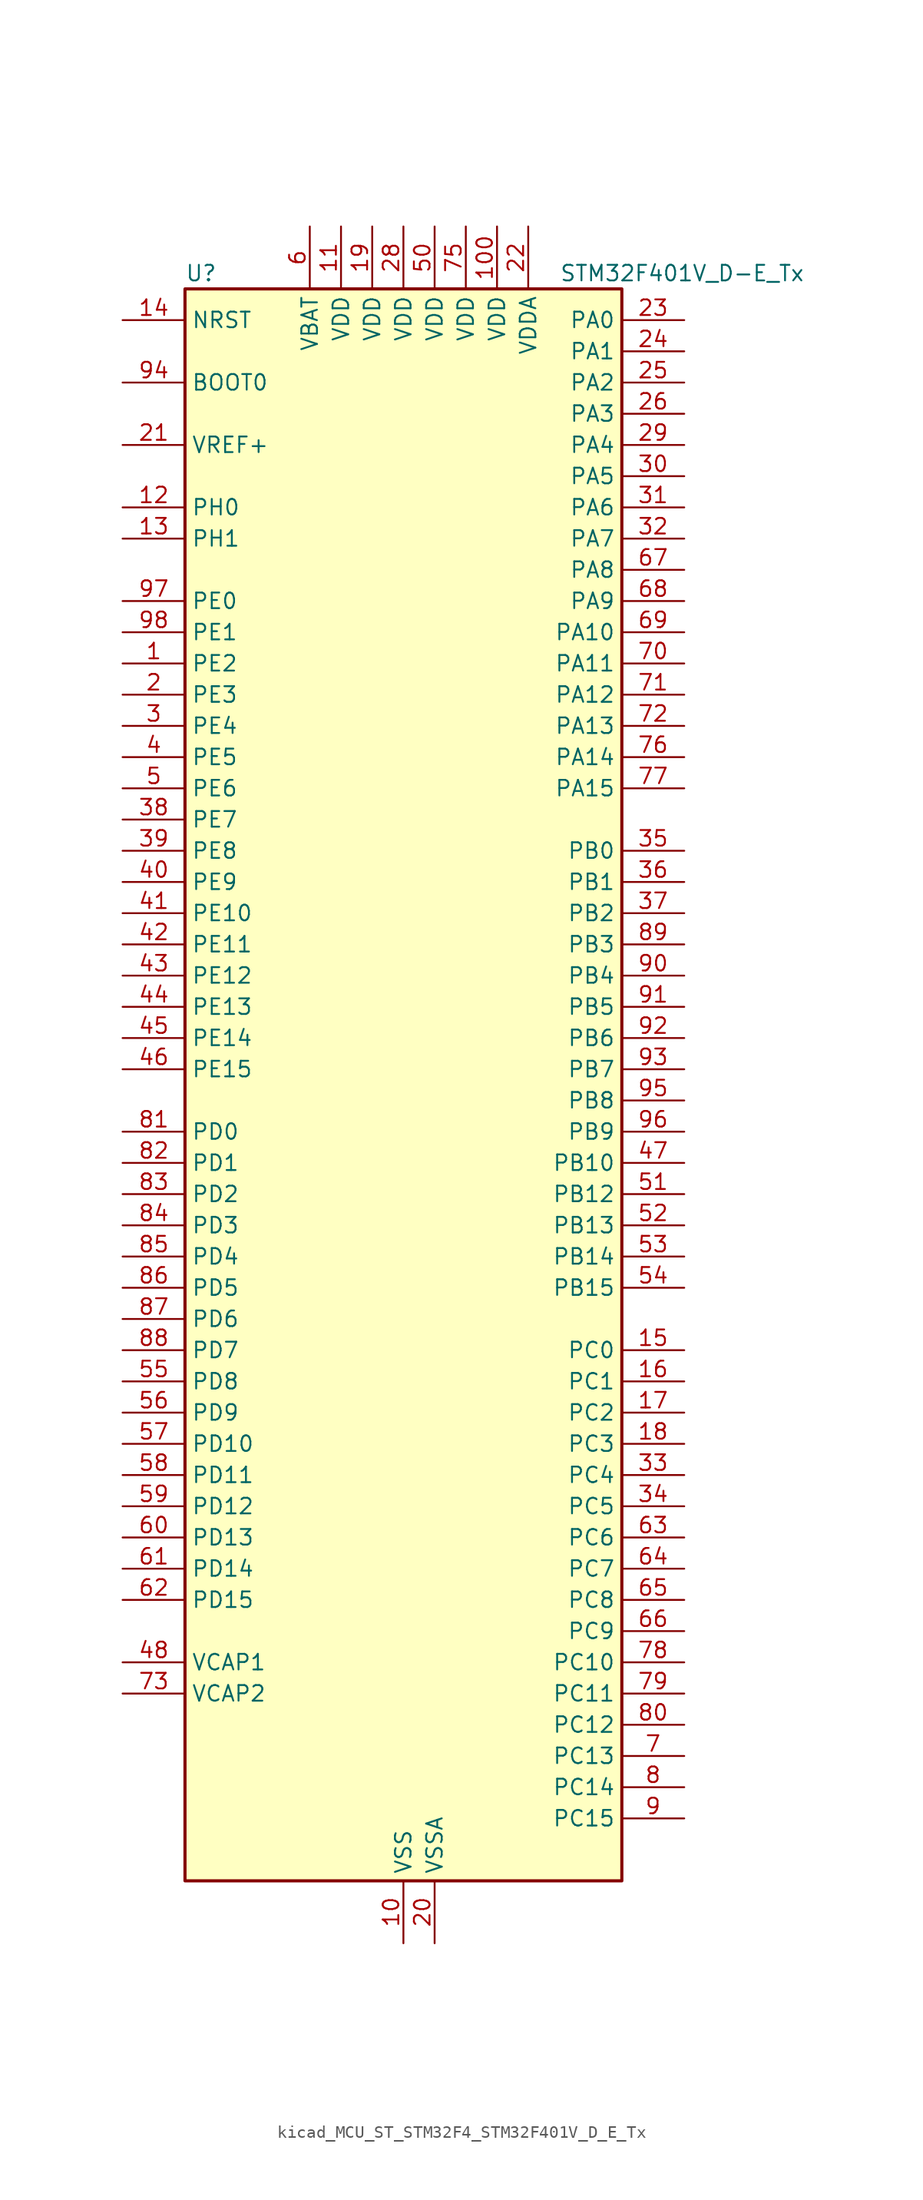
<source format=kicad_sym>
(kicad_symbol_lib
  (version 20220914)
  (generator kicad_symbol_editor)
  (symbol "kicad_MCU_ST_STM32F4_STM32F401V_D_E_Tx"
    (property "Reference" "U"
      (at -17.78 67.31 0)
      (effects (font (size 1.27 1.27)) (justify left)))
    (property "Value" "STM32F401V_D-E_Tx"
      (at 12.7 67.31 0)
      (effects (font (size 1.27 1.27)) (justify left)))
    (property "ki_locked" ""
      (at 0 0 0)
      (effects (font (size 1.27 1.27))))
    (symbol "kicad_MCU_ST_STM32F4_STM32F401V_D_E_Tx_0_1"
      (rectangle (start -17.78 -63.5) (end 17.78 66.04) (stroke (width 0.254) (type default)) (fill (type background))))
    (symbol "kicad_MCU_ST_STM32F4_STM32F401V_D_E_Tx_1_1"
      (pin bidirectional line (at -22.86 35.56 0) (length 5.08) (name "PE2" (effects (font (size 1.27 1.27)))) (number "1" (effects (font (size 1.27 1.27)))) (alternate "SPI4_SCK" bidirectional line) (alternate "SYS_TRACECLK" bidirectional line))
      (pin power_in line (at 0 -68.58 90) (length 5.08) (name "VSS" (effects (font (size 1.27 1.27)))) (number "10" (effects (font (size 1.27 1.27)))))
      (pin power_in line (at 7.62 71.12 270) (length 5.08) (name "VDD" (effects (font (size 1.27 1.27)))) (number "100" (effects (font (size 1.27 1.27)))))
      (pin power_in line (at -5.08 71.12 270) (length 5.08) (name "VDD" (effects (font (size 1.27 1.27)))) (number "11" (effects (font (size 1.27 1.27)))))
      (pin bidirectional line (at -22.86 48.26 0) (length 5.08) (name "PH0" (effects (font (size 1.27 1.27)))) (number "12" (effects (font (size 1.27 1.27)))) (alternate "RCC_OSC_IN" bidirectional line))
      (pin bidirectional line (at -22.86 45.72 0) (length 5.08) (name "PH1" (effects (font (size 1.27 1.27)))) (number "13" (effects (font (size 1.27 1.27)))) (alternate "RCC_OSC_OUT" bidirectional line))
      (pin input line (at -22.86 63.5 0) (length 5.08) (name "NRST" (effects (font (size 1.27 1.27)))) (number "14" (effects (font (size 1.27 1.27)))))
      (pin bidirectional line (at 22.86 -20.32 180) (length 5.08) (name "PC0" (effects (font (size 1.27 1.27)))) (number "15" (effects (font (size 1.27 1.27)))) (alternate "ADC1_IN10" bidirectional line))
      (pin bidirectional line (at 22.86 -22.86 180) (length 5.08) (name "PC1" (effects (font (size 1.27 1.27)))) (number "16" (effects (font (size 1.27 1.27)))) (alternate "ADC1_IN11" bidirectional line))
      (pin bidirectional line (at 22.86 -25.4 180) (length 5.08) (name "PC2" (effects (font (size 1.27 1.27)))) (number "17" (effects (font (size 1.27 1.27)))) (alternate "ADC1_IN12" bidirectional line) (alternate "I2S2_ext_SD" bidirectional line) (alternate "SPI2_MISO" bidirectional line))
      (pin bidirectional line (at 22.86 -27.94 180) (length 5.08) (name "PC3" (effects (font (size 1.27 1.27)))) (number "18" (effects (font (size 1.27 1.27)))) (alternate "ADC1_IN13" bidirectional line) (alternate "I2S2_SD" bidirectional line) (alternate "SPI2_MOSI" bidirectional line))
      (pin power_in line (at -2.54 71.12 270) (length 5.08) (name "VDD" (effects (font (size 1.27 1.27)))) (number "19" (effects (font (size 1.27 1.27)))))
      (pin bidirectional line (at -22.86 33.02 0) (length 5.08) (name "PE3" (effects (font (size 1.27 1.27)))) (number "2" (effects (font (size 1.27 1.27)))) (alternate "SYS_TRACED0" bidirectional line))
      (pin power_in line (at 2.54 -68.58 90) (length 5.08) (name "VSSA" (effects (font (size 1.27 1.27)))) (number "20" (effects (font (size 1.27 1.27)))))
      (pin input line (at -22.86 53.34 0) (length 5.08) (name "VREF+" (effects (font (size 1.27 1.27)))) (number "21" (effects (font (size 1.27 1.27)))))
      (pin power_in line (at 10.16 71.12 270) (length 5.08) (name "VDDA" (effects (font (size 1.27 1.27)))) (number "22" (effects (font (size 1.27 1.27)))))
      (pin bidirectional line (at 22.86 63.5 180) (length 5.08) (name "PA0" (effects (font (size 1.27 1.27)))) (number "23" (effects (font (size 1.27 1.27)))) (alternate "ADC1_IN0" bidirectional line) (alternate "SYS_WKUP" bidirectional line) (alternate "TIM2_CH1" bidirectional line) (alternate "TIM2_ETR" bidirectional line) (alternate "TIM5_CH1" bidirectional line) (alternate "USART2_CTS" bidirectional line))
      (pin bidirectional line (at 22.86 60.96 180) (length 5.08) (name "PA1" (effects (font (size 1.27 1.27)))) (number "24" (effects (font (size 1.27 1.27)))) (alternate "ADC1_IN1" bidirectional line) (alternate "TIM2_CH2" bidirectional line) (alternate "TIM5_CH2" bidirectional line) (alternate "USART2_RTS" bidirectional line))
      (pin bidirectional line (at 22.86 58.42 180) (length 5.08) (name "PA2" (effects (font (size 1.27 1.27)))) (number "25" (effects (font (size 1.27 1.27)))) (alternate "ADC1_IN2" bidirectional line) (alternate "TIM2_CH3" bidirectional line) (alternate "TIM5_CH3" bidirectional line) (alternate "TIM9_CH1" bidirectional line) (alternate "USART2_TX" bidirectional line))
      (pin bidirectional line (at 22.86 55.88 180) (length 5.08) (name "PA3" (effects (font (size 1.27 1.27)))) (number "26" (effects (font (size 1.27 1.27)))) (alternate "ADC1_IN3" bidirectional line) (alternate "TIM2_CH4" bidirectional line) (alternate "TIM5_CH4" bidirectional line) (alternate "TIM9_CH2" bidirectional line) (alternate "USART2_RX" bidirectional line))
      (pin passive line (at 0 -68.58 90) (length 5.08) hide (name "VSS" (effects (font (size 1.27 1.27)))) (number "27" (effects (font (size 1.27 1.27)))))
      (pin power_in line (at 0 71.12 270) (length 5.08) (name "VDD" (effects (font (size 1.27 1.27)))) (number "28" (effects (font (size 1.27 1.27)))))
      (pin bidirectional line (at 22.86 53.34 180) (length 5.08) (name "PA4" (effects (font (size 1.27 1.27)))) (number "29" (effects (font (size 1.27 1.27)))) (alternate "ADC1_IN4" bidirectional line) (alternate "I2S3_WS" bidirectional line) (alternate "SPI1_NSS" bidirectional line) (alternate "SPI3_NSS" bidirectional line) (alternate "USART2_CK" bidirectional line))
      (pin bidirectional line (at -22.86 30.48 0) (length 5.08) (name "PE4" (effects (font (size 1.27 1.27)))) (number "3" (effects (font (size 1.27 1.27)))) (alternate "SPI4_NSS" bidirectional line) (alternate "SYS_TRACED1" bidirectional line))
      (pin bidirectional line (at 22.86 50.8 180) (length 5.08) (name "PA5" (effects (font (size 1.27 1.27)))) (number "30" (effects (font (size 1.27 1.27)))) (alternate "ADC1_IN5" bidirectional line) (alternate "SPI1_SCK" bidirectional line) (alternate "TIM2_CH1" bidirectional line) (alternate "TIM2_ETR" bidirectional line))
      (pin bidirectional line (at 22.86 48.26 180) (length 5.08) (name "PA6" (effects (font (size 1.27 1.27)))) (number "31" (effects (font (size 1.27 1.27)))) (alternate "ADC1_IN6" bidirectional line) (alternate "SPI1_MISO" bidirectional line) (alternate "TIM1_BKIN" bidirectional line) (alternate "TIM3_CH1" bidirectional line))
      (pin bidirectional line (at 22.86 45.72 180) (length 5.08) (name "PA7" (effects (font (size 1.27 1.27)))) (number "32" (effects (font (size 1.27 1.27)))) (alternate "ADC1_IN7" bidirectional line) (alternate "SPI1_MOSI" bidirectional line) (alternate "TIM1_CH1N" bidirectional line) (alternate "TIM3_CH2" bidirectional line))
      (pin bidirectional line (at 22.86 -30.48 180) (length 5.08) (name "PC4" (effects (font (size 1.27 1.27)))) (number "33" (effects (font (size 1.27 1.27)))) (alternate "ADC1_IN14" bidirectional line))
      (pin bidirectional line (at 22.86 -33.02 180) (length 5.08) (name "PC5" (effects (font (size 1.27 1.27)))) (number "34" (effects (font (size 1.27 1.27)))) (alternate "ADC1_IN15" bidirectional line))
      (pin bidirectional line (at 22.86 20.32 180) (length 5.08) (name "PB0" (effects (font (size 1.27 1.27)))) (number "35" (effects (font (size 1.27 1.27)))) (alternate "ADC1_IN8" bidirectional line) (alternate "TIM1_CH2N" bidirectional line) (alternate "TIM3_CH3" bidirectional line))
      (pin bidirectional line (at 22.86 17.78 180) (length 5.08) (name "PB1" (effects (font (size 1.27 1.27)))) (number "36" (effects (font (size 1.27 1.27)))) (alternate "ADC1_IN9" bidirectional line) (alternate "TIM1_CH3N" bidirectional line) (alternate "TIM3_CH4" bidirectional line))
      (pin bidirectional line (at 22.86 15.24 180) (length 5.08) (name "PB2" (effects (font (size 1.27 1.27)))) (number "37" (effects (font (size 1.27 1.27)))))
      (pin bidirectional line (at -22.86 22.86 0) (length 5.08) (name "PE7" (effects (font (size 1.27 1.27)))) (number "38" (effects (font (size 1.27 1.27)))) (alternate "TIM1_ETR" bidirectional line))
      (pin bidirectional line (at -22.86 20.32 0) (length 5.08) (name "PE8" (effects (font (size 1.27 1.27)))) (number "39" (effects (font (size 1.27 1.27)))) (alternate "TIM1_CH1N" bidirectional line))
      (pin bidirectional line (at -22.86 27.94 0) (length 5.08) (name "PE5" (effects (font (size 1.27 1.27)))) (number "4" (effects (font (size 1.27 1.27)))) (alternate "SPI4_MISO" bidirectional line) (alternate "SYS_TRACED2" bidirectional line) (alternate "TIM9_CH1" bidirectional line))
      (pin bidirectional line (at -22.86 17.78 0) (length 5.08) (name "PE9" (effects (font (size 1.27 1.27)))) (number "40" (effects (font (size 1.27 1.27)))) (alternate "TIM1_CH1" bidirectional line))
      (pin bidirectional line (at -22.86 15.24 0) (length 5.08) (name "PE10" (effects (font (size 1.27 1.27)))) (number "41" (effects (font (size 1.27 1.27)))) (alternate "TIM1_CH2N" bidirectional line))
      (pin bidirectional line (at -22.86 12.7 0) (length 5.08) (name "PE11" (effects (font (size 1.27 1.27)))) (number "42" (effects (font (size 1.27 1.27)))) (alternate "ADC1_EXTI11" bidirectional line) (alternate "SPI4_NSS" bidirectional line) (alternate "TIM1_CH2" bidirectional line))
      (pin bidirectional line (at -22.86 10.16 0) (length 5.08) (name "PE12" (effects (font (size 1.27 1.27)))) (number "43" (effects (font (size 1.27 1.27)))) (alternate "SPI4_SCK" bidirectional line) (alternate "TIM1_CH3N" bidirectional line))
      (pin bidirectional line (at -22.86 7.62 0) (length 5.08) (name "PE13" (effects (font (size 1.27 1.27)))) (number "44" (effects (font (size 1.27 1.27)))) (alternate "SPI4_MISO" bidirectional line) (alternate "TIM1_CH3" bidirectional line))
      (pin bidirectional line (at -22.86 5.08 0) (length 5.08) (name "PE14" (effects (font (size 1.27 1.27)))) (number "45" (effects (font (size 1.27 1.27)))) (alternate "SPI4_MOSI" bidirectional line) (alternate "TIM1_CH4" bidirectional line))
      (pin bidirectional line (at -22.86 2.54 0) (length 5.08) (name "PE15" (effects (font (size 1.27 1.27)))) (number "46" (effects (font (size 1.27 1.27)))) (alternate "ADC1_EXTI15" bidirectional line) (alternate "TIM1_BKIN" bidirectional line))
      (pin bidirectional line (at 22.86 -5.08 180) (length 5.08) (name "PB10" (effects (font (size 1.27 1.27)))) (number "47" (effects (font (size 1.27 1.27)))) (alternate "I2C2_SCL" bidirectional line) (alternate "I2S2_CK" bidirectional line) (alternate "SPI2_SCK" bidirectional line) (alternate "TIM2_CH3" bidirectional line))
      (pin power_out line (at -22.86 -45.72 0) (length 5.08) (name "VCAP1" (effects (font (size 1.27 1.27)))) (number "48" (effects (font (size 1.27 1.27)))))
      (pin passive line (at 0 -68.58 90) (length 5.08) hide (name "VSS" (effects (font (size 1.27 1.27)))) (number "49" (effects (font (size 1.27 1.27)))))
      (pin bidirectional line (at -22.86 25.4 0) (length 5.08) (name "PE6" (effects (font (size 1.27 1.27)))) (number "5" (effects (font (size 1.27 1.27)))) (alternate "SPI4_MOSI" bidirectional line) (alternate "SYS_TRACED3" bidirectional line) (alternate "TIM9_CH2" bidirectional line))
      (pin power_in line (at 2.54 71.12 270) (length 5.08) (name "VDD" (effects (font (size 1.27 1.27)))) (number "50" (effects (font (size 1.27 1.27)))))
      (pin bidirectional line (at 22.86 -7.62 180) (length 5.08) (name "PB12" (effects (font (size 1.27 1.27)))) (number "51" (effects (font (size 1.27 1.27)))) (alternate "I2C2_SMBA" bidirectional line) (alternate "I2S2_WS" bidirectional line) (alternate "SPI2_NSS" bidirectional line) (alternate "TIM1_BKIN" bidirectional line))
      (pin bidirectional line (at 22.86 -10.16 180) (length 5.08) (name "PB13" (effects (font (size 1.27 1.27)))) (number "52" (effects (font (size 1.27 1.27)))) (alternate "I2S2_CK" bidirectional line) (alternate "SPI2_SCK" bidirectional line) (alternate "TIM1_CH1N" bidirectional line))
      (pin bidirectional line (at 22.86 -12.7 180) (length 5.08) (name "PB14" (effects (font (size 1.27 1.27)))) (number "53" (effects (font (size 1.27 1.27)))) (alternate "I2S2_ext_SD" bidirectional line) (alternate "SPI2_MISO" bidirectional line) (alternate "TIM1_CH2N" bidirectional line))
      (pin bidirectional line (at 22.86 -15.24 180) (length 5.08) (name "PB15" (effects (font (size 1.27 1.27)))) (number "54" (effects (font (size 1.27 1.27)))) (alternate "ADC1_EXTI15" bidirectional line) (alternate "I2S2_SD" bidirectional line) (alternate "RTC_REFIN" bidirectional line) (alternate "SPI2_MOSI" bidirectional line) (alternate "TIM1_CH3N" bidirectional line))
      (pin bidirectional line (at -22.86 -22.86 0) (length 5.08) (name "PD8" (effects (font (size 1.27 1.27)))) (number "55" (effects (font (size 1.27 1.27)))))
      (pin bidirectional line (at -22.86 -25.4 0) (length 5.08) (name "PD9" (effects (font (size 1.27 1.27)))) (number "56" (effects (font (size 1.27 1.27)))))
      (pin bidirectional line (at -22.86 -27.94 0) (length 5.08) (name "PD10" (effects (font (size 1.27 1.27)))) (number "57" (effects (font (size 1.27 1.27)))))
      (pin bidirectional line (at -22.86 -30.48 0) (length 5.08) (name "PD11" (effects (font (size 1.27 1.27)))) (number "58" (effects (font (size 1.27 1.27)))) (alternate "ADC1_EXTI11" bidirectional line))
      (pin bidirectional line (at -22.86 -33.02 0) (length 5.08) (name "PD12" (effects (font (size 1.27 1.27)))) (number "59" (effects (font (size 1.27 1.27)))) (alternate "TIM4_CH1" bidirectional line))
      (pin power_in line (at -7.62 71.12 270) (length 5.08) (name "VBAT" (effects (font (size 1.27 1.27)))) (number "6" (effects (font (size 1.27 1.27)))))
      (pin bidirectional line (at -22.86 -35.56 0) (length 5.08) (name "PD13" (effects (font (size 1.27 1.27)))) (number "60" (effects (font (size 1.27 1.27)))) (alternate "TIM4_CH2" bidirectional line))
      (pin bidirectional line (at -22.86 -38.1 0) (length 5.08) (name "PD14" (effects (font (size 1.27 1.27)))) (number "61" (effects (font (size 1.27 1.27)))) (alternate "TIM4_CH3" bidirectional line))
      (pin bidirectional line (at -22.86 -40.64 0) (length 5.08) (name "PD15" (effects (font (size 1.27 1.27)))) (number "62" (effects (font (size 1.27 1.27)))) (alternate "ADC1_EXTI15" bidirectional line) (alternate "TIM4_CH4" bidirectional line))
      (pin bidirectional line (at 22.86 -35.56 180) (length 5.08) (name "PC6" (effects (font (size 1.27 1.27)))) (number "63" (effects (font (size 1.27 1.27)))) (alternate "I2S2_MCK" bidirectional line) (alternate "SDIO_D6" bidirectional line) (alternate "TIM3_CH1" bidirectional line) (alternate "USART6_TX" bidirectional line))
      (pin bidirectional line (at 22.86 -38.1 180) (length 5.08) (name "PC7" (effects (font (size 1.27 1.27)))) (number "64" (effects (font (size 1.27 1.27)))) (alternate "I2S3_MCK" bidirectional line) (alternate "SDIO_D7" bidirectional line) (alternate "TIM3_CH2" bidirectional line) (alternate "USART6_RX" bidirectional line))
      (pin bidirectional line (at 22.86 -40.64 180) (length 5.08) (name "PC8" (effects (font (size 1.27 1.27)))) (number "65" (effects (font (size 1.27 1.27)))) (alternate "SDIO_D0" bidirectional line) (alternate "TIM3_CH3" bidirectional line) (alternate "USART6_CK" bidirectional line))
      (pin bidirectional line (at 22.86 -43.18 180) (length 5.08) (name "PC9" (effects (font (size 1.27 1.27)))) (number "66" (effects (font (size 1.27 1.27)))) (alternate "I2C3_SDA" bidirectional line) (alternate "I2S_CKIN" bidirectional line) (alternate "RCC_MCO_2" bidirectional line) (alternate "SDIO_D1" bidirectional line) (alternate "TIM3_CH4" bidirectional line))
      (pin bidirectional line (at 22.86 43.18 180) (length 5.08) (name "PA8" (effects (font (size 1.27 1.27)))) (number "67" (effects (font (size 1.27 1.27)))) (alternate "I2C3_SCL" bidirectional line) (alternate "RCC_MCO_1" bidirectional line) (alternate "TIM1_CH1" bidirectional line) (alternate "USART1_CK" bidirectional line) (alternate "USB_OTG_FS_SOF" bidirectional line))
      (pin bidirectional line (at 22.86 40.64 180) (length 5.08) (name "PA9" (effects (font (size 1.27 1.27)))) (number "68" (effects (font (size 1.27 1.27)))) (alternate "I2C3_SMBA" bidirectional line) (alternate "TIM1_CH2" bidirectional line) (alternate "USART1_TX" bidirectional line) (alternate "USB_OTG_FS_VBUS" bidirectional line))
      (pin bidirectional line (at 22.86 38.1 180) (length 5.08) (name "PA10" (effects (font (size 1.27 1.27)))) (number "69" (effects (font (size 1.27 1.27)))) (alternate "TIM1_CH3" bidirectional line) (alternate "USART1_RX" bidirectional line) (alternate "USB_OTG_FS_ID" bidirectional line))
      (pin bidirectional line (at 22.86 -53.34 180) (length 5.08) (name "PC13" (effects (font (size 1.27 1.27)))) (number "7" (effects (font (size 1.27 1.27)))) (alternate "RTC_AF1" bidirectional line))
      (pin bidirectional line (at 22.86 35.56 180) (length 5.08) (name "PA11" (effects (font (size 1.27 1.27)))) (number "70" (effects (font (size 1.27 1.27)))) (alternate "ADC1_EXTI11" bidirectional line) (alternate "TIM1_CH4" bidirectional line) (alternate "USART1_CTS" bidirectional line) (alternate "USART6_TX" bidirectional line) (alternate "USB_OTG_FS_DM" bidirectional line))
      (pin bidirectional line (at 22.86 33.02 180) (length 5.08) (name "PA12" (effects (font (size 1.27 1.27)))) (number "71" (effects (font (size 1.27 1.27)))) (alternate "TIM1_ETR" bidirectional line) (alternate "USART1_RTS" bidirectional line) (alternate "USART6_RX" bidirectional line) (alternate "USB_OTG_FS_DP" bidirectional line))
      (pin bidirectional line (at 22.86 30.48 180) (length 5.08) (name "PA13" (effects (font (size 1.27 1.27)))) (number "72" (effects (font (size 1.27 1.27)))) (alternate "SYS_JTMS-SWDIO" bidirectional line))
      (pin power_out line (at -22.86 -48.26 0) (length 5.08) (name "VCAP2" (effects (font (size 1.27 1.27)))) (number "73" (effects (font (size 1.27 1.27)))))
      (pin passive line (at 0 -68.58 90) (length 5.08) hide (name "VSS" (effects (font (size 1.27 1.27)))) (number "74" (effects (font (size 1.27 1.27)))))
      (pin power_in line (at 5.08 71.12 270) (length 5.08) (name "VDD" (effects (font (size 1.27 1.27)))) (number "75" (effects (font (size 1.27 1.27)))))
      (pin bidirectional line (at 22.86 27.94 180) (length 5.08) (name "PA14" (effects (font (size 1.27 1.27)))) (number "76" (effects (font (size 1.27 1.27)))) (alternate "SYS_JTCK-SWCLK" bidirectional line))
      (pin bidirectional line (at 22.86 25.4 180) (length 5.08) (name "PA15" (effects (font (size 1.27 1.27)))) (number "77" (effects (font (size 1.27 1.27)))) (alternate "ADC1_EXTI15" bidirectional line) (alternate "I2S3_WS" bidirectional line) (alternate "SPI1_NSS" bidirectional line) (alternate "SPI3_NSS" bidirectional line) (alternate "SYS_JTDI" bidirectional line) (alternate "TIM2_CH1" bidirectional line) (alternate "TIM2_ETR" bidirectional line))
      (pin bidirectional line (at 22.86 -45.72 180) (length 5.08) (name "PC10" (effects (font (size 1.27 1.27)))) (number "78" (effects (font (size 1.27 1.27)))) (alternate "I2S3_CK" bidirectional line) (alternate "SDIO_D2" bidirectional line) (alternate "SPI3_SCK" bidirectional line))
      (pin bidirectional line (at 22.86 -48.26 180) (length 5.08) (name "PC11" (effects (font (size 1.27 1.27)))) (number "79" (effects (font (size 1.27 1.27)))) (alternate "ADC1_EXTI11" bidirectional line) (alternate "I2S3_ext_SD" bidirectional line) (alternate "SDIO_D3" bidirectional line) (alternate "SPI3_MISO" bidirectional line))
      (pin bidirectional line (at 22.86 -55.88 180) (length 5.08) (name "PC14" (effects (font (size 1.27 1.27)))) (number "8" (effects (font (size 1.27 1.27)))) (alternate "RCC_OSC32_IN" bidirectional line))
      (pin bidirectional line (at 22.86 -50.8 180) (length 5.08) (name "PC12" (effects (font (size 1.27 1.27)))) (number "80" (effects (font (size 1.27 1.27)))) (alternate "I2S3_SD" bidirectional line) (alternate "SDIO_CK" bidirectional line) (alternate "SPI3_MOSI" bidirectional line))
      (pin bidirectional line (at -22.86 -2.54 0) (length 5.08) (name "PD0" (effects (font (size 1.27 1.27)))) (number "81" (effects (font (size 1.27 1.27)))))
      (pin bidirectional line (at -22.86 -5.08 0) (length 5.08) (name "PD1" (effects (font (size 1.27 1.27)))) (number "82" (effects (font (size 1.27 1.27)))))
      (pin bidirectional line (at -22.86 -7.62 0) (length 5.08) (name "PD2" (effects (font (size 1.27 1.27)))) (number "83" (effects (font (size 1.27 1.27)))) (alternate "SDIO_CMD" bidirectional line) (alternate "TIM3_ETR" bidirectional line))
      (pin bidirectional line (at -22.86 -10.16 0) (length 5.08) (name "PD3" (effects (font (size 1.27 1.27)))) (number "84" (effects (font (size 1.27 1.27)))) (alternate "I2S2_CK" bidirectional line) (alternate "SPI2_SCK" bidirectional line) (alternate "USART2_CTS" bidirectional line))
      (pin bidirectional line (at -22.86 -12.7 0) (length 5.08) (name "PD4" (effects (font (size 1.27 1.27)))) (number "85" (effects (font (size 1.27 1.27)))) (alternate "USART2_RTS" bidirectional line))
      (pin bidirectional line (at -22.86 -15.24 0) (length 5.08) (name "PD5" (effects (font (size 1.27 1.27)))) (number "86" (effects (font (size 1.27 1.27)))) (alternate "USART2_TX" bidirectional line))
      (pin bidirectional line (at -22.86 -17.78 0) (length 5.08) (name "PD6" (effects (font (size 1.27 1.27)))) (number "87" (effects (font (size 1.27 1.27)))) (alternate "I2S3_SD" bidirectional line) (alternate "SPI3_MOSI" bidirectional line) (alternate "USART2_RX" bidirectional line))
      (pin bidirectional line (at -22.86 -20.32 0) (length 5.08) (name "PD7" (effects (font (size 1.27 1.27)))) (number "88" (effects (font (size 1.27 1.27)))) (alternate "USART2_CK" bidirectional line))
      (pin bidirectional line (at 22.86 12.7 180) (length 5.08) (name "PB3" (effects (font (size 1.27 1.27)))) (number "89" (effects (font (size 1.27 1.27)))) (alternate "I2C2_SDA" bidirectional line) (alternate "I2S3_CK" bidirectional line) (alternate "SPI1_SCK" bidirectional line) (alternate "SPI3_SCK" bidirectional line) (alternate "SYS_JTDO-SWO" bidirectional line) (alternate "TIM2_CH2" bidirectional line))
      (pin bidirectional line (at 22.86 -58.42 180) (length 5.08) (name "PC15" (effects (font (size 1.27 1.27)))) (number "9" (effects (font (size 1.27 1.27)))) (alternate "ADC1_EXTI15" bidirectional line) (alternate "RCC_OSC32_OUT" bidirectional line))
      (pin bidirectional line (at 22.86 10.16 180) (length 5.08) (name "PB4" (effects (font (size 1.27 1.27)))) (number "90" (effects (font (size 1.27 1.27)))) (alternate "I2C3_SDA" bidirectional line) (alternate "I2S3_ext_SD" bidirectional line) (alternate "SPI1_MISO" bidirectional line) (alternate "SPI3_MISO" bidirectional line) (alternate "SYS_JTRST" bidirectional line) (alternate "TIM3_CH1" bidirectional line))
      (pin bidirectional line (at 22.86 7.62 180) (length 5.08) (name "PB5" (effects (font (size 1.27 1.27)))) (number "91" (effects (font (size 1.27 1.27)))) (alternate "I2C1_SMBA" bidirectional line) (alternate "I2S3_SD" bidirectional line) (alternate "SPI1_MOSI" bidirectional line) (alternate "SPI3_MOSI" bidirectional line) (alternate "TIM3_CH2" bidirectional line))
      (pin bidirectional line (at 22.86 5.08 180) (length 5.08) (name "PB6" (effects (font (size 1.27 1.27)))) (number "92" (effects (font (size 1.27 1.27)))) (alternate "I2C1_SCL" bidirectional line) (alternate "TIM4_CH1" bidirectional line) (alternate "USART1_TX" bidirectional line))
      (pin bidirectional line (at 22.86 2.54 180) (length 5.08) (name "PB7" (effects (font (size 1.27 1.27)))) (number "93" (effects (font (size 1.27 1.27)))) (alternate "I2C1_SDA" bidirectional line) (alternate "TIM4_CH2" bidirectional line) (alternate "USART1_RX" bidirectional line))
      (pin input line (at -22.86 58.42 0) (length 5.08) (name "BOOT0" (effects (font (size 1.27 1.27)))) (number "94" (effects (font (size 1.27 1.27)))))
      (pin bidirectional line (at 22.86 0 180) (length 5.08) (name "PB8" (effects (font (size 1.27 1.27)))) (number "95" (effects (font (size 1.27 1.27)))) (alternate "I2C1_SCL" bidirectional line) (alternate "SDIO_D4" bidirectional line) (alternate "TIM10_CH1" bidirectional line) (alternate "TIM4_CH3" bidirectional line))
      (pin bidirectional line (at 22.86 -2.54 180) (length 5.08) (name "PB9" (effects (font (size 1.27 1.27)))) (number "96" (effects (font (size 1.27 1.27)))) (alternate "I2C1_SDA" bidirectional line) (alternate "I2S2_WS" bidirectional line) (alternate "SDIO_D5" bidirectional line) (alternate "SPI2_NSS" bidirectional line) (alternate "TIM11_CH1" bidirectional line) (alternate "TIM4_CH4" bidirectional line))
      (pin bidirectional line (at -22.86 40.64 0) (length 5.08) (name "PE0" (effects (font (size 1.27 1.27)))) (number "97" (effects (font (size 1.27 1.27)))) (alternate "TIM4_ETR" bidirectional line))
      (pin bidirectional line (at -22.86 38.1 0) (length 5.08) (name "PE1" (effects (font (size 1.27 1.27)))) (number "98" (effects (font (size 1.27 1.27)))))
      (pin passive line (at 0 -68.58 90) (length 5.08) hide (name "VSS" (effects (font (size 1.27 1.27)))) (number "99" (effects (font (size 1.27 1.27))))))))
</source>
